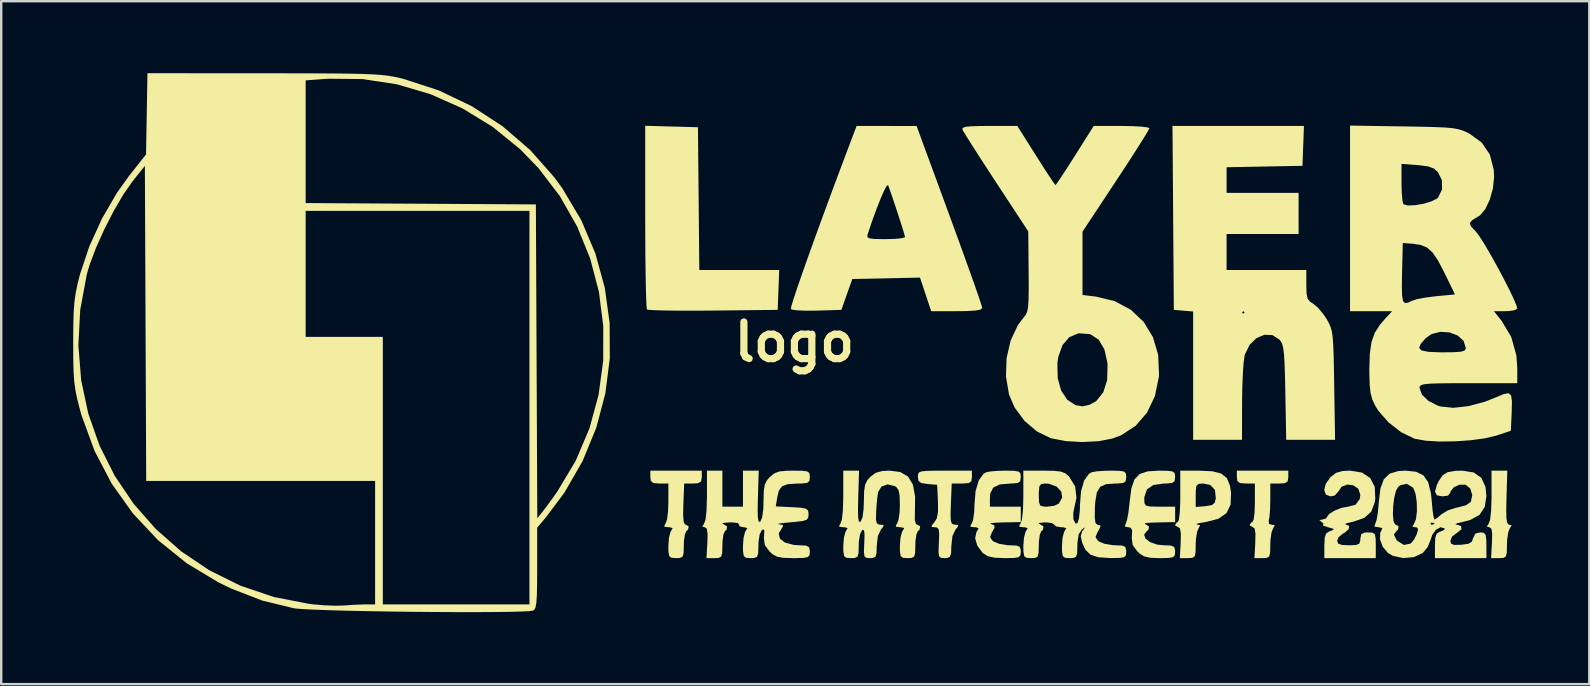
<source format=kicad_pcb>
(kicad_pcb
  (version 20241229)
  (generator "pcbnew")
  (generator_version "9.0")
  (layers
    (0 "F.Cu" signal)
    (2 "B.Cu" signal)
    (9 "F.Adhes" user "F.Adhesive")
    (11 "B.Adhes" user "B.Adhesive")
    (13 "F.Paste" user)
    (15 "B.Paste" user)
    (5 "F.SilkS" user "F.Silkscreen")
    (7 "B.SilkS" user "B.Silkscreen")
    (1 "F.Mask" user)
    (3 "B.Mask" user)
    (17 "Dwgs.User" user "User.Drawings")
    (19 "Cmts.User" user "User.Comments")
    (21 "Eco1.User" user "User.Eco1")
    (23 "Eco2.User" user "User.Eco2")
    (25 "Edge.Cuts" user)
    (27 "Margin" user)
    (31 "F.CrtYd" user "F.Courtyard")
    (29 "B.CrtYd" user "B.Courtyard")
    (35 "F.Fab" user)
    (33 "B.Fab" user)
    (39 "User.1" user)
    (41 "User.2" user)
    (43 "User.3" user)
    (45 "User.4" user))
  (footprint "logo"
    (layer "F.Cu")
    (at 30.047 11.2)
    (property "Reference" "logo" (at 0 0 0) (layer "F.SilkS") (effects (font (size 1.524 1.524) (thickness 0.3))))
    (attr board_only exclude_from_pos_files exclude_from_bom)
    (fp_poly (pts (xy -5.118 -8.979) (xy -4.019 -8.949) (xy -3.99 -5.975) (xy -3.962 -3.001) (xy -0.634 -3.001) (xy -0.665 -2.17) (xy -0.697 -1.34) (xy -3.383 -1.311) (xy -4.121 -1.306) (xy -4.788 -1.307) (xy -5.353 -1.313) (xy -5.787 -1.325) (xy -6.06 -1.34) (xy -6.143 -1.356) (xy -6.16 -1.476) (xy -6.175 -1.786) (xy -6.189 -2.261) (xy -6.2 -2.877) (xy -6.209 -3.607) (xy -6.214 -4.428) (xy -6.216 -5.22) (xy -6.216 -9.01)) (stroke (width 0) (type solid)) (fill yes) (layer "F.SilkS"))
    (fp_poly (pts (xy 29.667 6.484) (xy 29.656 6.998) (xy 29.664 7.333) (xy 29.693 7.522) (xy 29.749 7.601) (xy 29.789 7.61) (xy 29.885 7.64) (xy 29.816 7.738) (xy 29.742 7.913) (xy 29.696 8.219) (xy 29.687 8.435) (xy 29.681 8.764) (xy 29.643 8.932) (xy 29.541 8.994) (xy 29.356 9.003) (xy 29.025 9.003) (xy 29.061 8.359) (xy 29.071 7.989) (xy 29.042 7.789) (xy 28.968 7.719) (xy 28.942 7.716) (xy 28.845 7.686) (xy 28.915 7.588) (xy 28.984 7.404) (xy 29.027 7.025) (xy 29.044 6.469) (xy 29.044 6.409) (xy 29.044 5.359) (xy 29.701 5.359)) (stroke (width 0) (type solid)) (fill yes) (layer "F.SilkS"))
    (fp_poly (pts (xy 20.577 5.627) (xy 20.549 5.808) (xy 20.423 5.882) (xy 20.202 5.895) (xy 19.827 5.895) (xy 19.827 6.582) (xy 19.817 6.969) (xy 19.792 7.284) (xy 19.762 7.44) (xy 19.772 7.58) (xy 19.891 7.609) (xy 20.017 7.637) (xy 19.956 7.738) (xy 19.882 7.913) (xy 19.836 8.219) (xy 19.827 8.435) (xy 19.821 8.764) (xy 19.783 8.932) (xy 19.681 8.994) (xy 19.496 9.003) (xy 19.165 9.003) (xy 19.201 8.359) (xy 19.208 7.971) (xy 19.171 7.766) (xy 19.104 7.716) (xy 18.979 7.649) (xy 18.97 7.609) (xy 19.051 7.505) (xy 19.077 7.502) (xy 19.131 7.402) (xy 19.168 7.132) (xy 19.184 6.736) (xy 19.184 6.698) (xy 19.184 5.895) (xy 18.809 5.895) (xy 18.555 5.874) (xy 18.451 5.784) (xy 18.434 5.627) (xy 18.434 5.359) (xy 20.577 5.359)) (stroke (width 0) (type solid)) (fill yes) (layer "F.SilkS"))
    (fp_poly (pts (xy -3.858 5.627) (xy -3.887 5.809) (xy -4.016 5.883) (xy -4.225 5.895) (xy -4.592 5.895) (xy -4.627 6.752) (xy -4.636 7.21) (xy -4.615 7.483) (xy -4.56 7.6) (xy -4.528 7.61) (xy -4.406 7.676) (xy -4.43 7.812) (xy -4.501 7.877) (xy -4.563 8.015) (xy -4.602 8.29) (xy -4.608 8.473) (xy -4.616 8.788) (xy -4.66 8.944) (xy -4.775 8.997) (xy -4.93 9.003) (xy -5.123 8.99) (xy -5.218 8.915) (xy -5.249 8.72) (xy -5.251 8.488) (xy -5.226 8.157) (xy -5.162 7.909) (xy -5.123 7.845) (xy -5.07 7.749) (xy -5.2 7.717) (xy -5.251 7.716) (xy -5.422 7.695) (xy -5.405 7.614) (xy -5.38 7.588) (xy -5.31 7.409) (xy -5.265 7.067) (xy -5.251 6.677) (xy -5.251 5.895) (xy -5.627 5.895) (xy -5.88 5.874) (xy -5.984 5.784) (xy -6.002 5.627) (xy -6.002 5.359) (xy -3.858 5.359)) (stroke (width 0) (type solid)) (fill yes) (layer "F.SilkS"))
    (fp_poly (pts (xy 7.395 5.627) (xy 7.371 5.8) (xy 7.258 5.877) (xy 6.997 5.894) (xy 6.974 5.895) (xy 6.554 5.895) (xy 6.519 6.752) (xy 6.506 7.179) (xy 6.515 7.435) (xy 6.556 7.563) (xy 6.635 7.606) (xy 6.688 7.61) (xy 6.826 7.624) (xy 6.802 7.705) (xy 6.715 7.805) (xy 6.584 8.083) (xy 6.538 8.502) (xy 6.528 8.806) (xy 6.477 8.953) (xy 6.355 8.999) (xy 6.26 9.003) (xy 6.107 8.992) (xy 6.028 8.926) (xy 6.004 8.755) (xy 6.015 8.429) (xy 6.019 8.359) (xy 6.032 8.001) (xy 6.011 7.807) (xy 5.943 7.728) (xy 5.851 7.716) (xy 5.713 7.703) (xy 5.734 7.625) (xy 5.83 7.514) (xy 5.936 7.335) (xy 5.983 7.064) (xy 5.981 6.644) (xy 5.98 6.63) (xy 5.948 5.948) (xy 5.546 5.915) (xy 5.279 5.873) (xy 5.165 5.776) (xy 5.144 5.62) (xy 5.151 5.504) (xy 5.197 5.428) (xy 5.319 5.385) (xy 5.558 5.365) (xy 5.949 5.359) (xy 6.27 5.359) (xy 7.395 5.359)) (stroke (width 0) (type solid)) (fill yes) (layer "F.SilkS"))
    (fp_poly (pts (xy 17.414 5.385) (xy 17.785 5.48) (xy 18.016 5.668) (xy 18.144 5.974) (xy 18.191 6.284) (xy 18.173 6.774) (xy 18.001 7.128) (xy 17.661 7.364) (xy 17.146 7.497) (xy 16.867 7.544) (xy 16.737 7.581) (xy 16.767 7.596) (xy 16.905 7.633) (xy 16.851 7.734) (xy 16.848 7.738) (xy 16.774 7.913) (xy 16.728 8.219) (xy 16.719 8.435) (xy 16.713 8.764) (xy 16.675 8.932) (xy 16.573 8.994) (xy 16.388 9.003) (xy 16.057 9.003) (xy 16.093 8.359) (xy 16.1 7.971) (xy 16.063 7.766) (xy 15.996 7.716) (xy 15.871 7.649) (xy 15.862 7.609) (xy 15.943 7.505) (xy 15.969 7.502) (xy 16.019 7.4) (xy 16.055 7.115) (xy 16.074 6.678) (xy 16.076 6.43) (xy 16.076 6.383) (xy 16.719 6.383) (xy 16.719 6.872) (xy 17.121 6.839) (xy 17.391 6.795) (xy 17.515 6.69) (xy 17.557 6.504) (xy 17.52 6.16) (xy 17.321 5.953) (xy 17.027 5.895) (xy 16.839 5.909) (xy 16.749 5.992) (xy 16.721 6.201) (xy 16.719 6.383) (xy 16.076 6.383) (xy 16.076 5.359) (xy 16.868 5.359)) (stroke (width 0) (type solid)) (fill yes) (layer "F.SilkS"))
    (fp_poly (pts (xy 21.198 -8.172) (xy 21.167 -7.341) (xy 19.586 -7.312) (xy 18.005 -7.282) (xy 18.005 -6.216) (xy 21.006 -6.216) (xy 21.006 -4.501) (xy 18.005 -4.501) (xy 18.005 -3.001) (xy 21.327 -3.001) (xy 21.327 -2.376) (xy 21.337 -2.015) (xy 21.383 -1.803) (xy 21.487 -1.675) (xy 21.604 -1.603) (xy 21.82 -1.424) (xy 22.058 -1.135) (xy 22.167 -0.968) (xy 22.262 -0.801) (xy 22.333 -0.644) (xy 22.386 -0.464) (xy 22.422 -0.229) (xy 22.447 0.095) (xy 22.465 0.54) (xy 22.478 1.138) (xy 22.489 1.795) (xy 22.525 4.073) (xy 20.49 4.073) (xy 20.453 2.101) (xy 20.438 1.394) (xy 20.42 0.87) (xy 20.396 0.495) (xy 20.363 0.239) (xy 20.316 0.069) (xy 20.253 -0.046) (xy 20.212 -0.096) (xy 19.918 -0.288) (xy 19.583 -0.303) (xy 19.251 -0.163) (xy 18.967 0.113) (xy 18.775 0.504) (xy 18.752 0.589) (xy 18.716 0.854) (xy 18.685 1.28) (xy 18.662 1.812) (xy 18.651 2.398) (xy 18.651 2.545) (xy 18.648 4.073) (xy 16.612 4.073) (xy 16.612 -1.232) (xy 18.648 -1.232) (xy 18.702 -1.179) (xy 18.755 -1.232) (xy 18.702 -1.286) (xy 18.648 -1.232) (xy 16.612 -1.232) (xy 16.612 -1.273) (xy 16.21 -1.306) (xy 15.808 -1.34) (xy 15.752 -9.003) (xy 21.229 -9.003)) (stroke (width 0) (type solid)) (fill yes) (layer "F.SilkS"))
    (fp_poly (pts (xy 3.841 -9.002) (xy 5.091 -9.001) (xy 6.459 -5.277) (xy 6.77 -4.428) (xy 7.056 -3.639) (xy 7.309 -2.935) (xy 7.521 -2.338) (xy 7.683 -1.871) (xy 7.787 -1.558) (xy 7.826 -1.422) (xy 7.826 -1.42) (xy 7.759 -1.354) (xy 7.544 -1.312) (xy 7.157 -1.29) (xy 6.761 -1.286) (xy 5.698 -1.286) (xy 5.465 -1.986) (xy 5.232 -2.685) (xy 2.412 -2.626) (xy 2.184 -1.983) (xy 1.957 -1.34) (xy 0.933 -1.309) (xy 0.487 -1.305) (xy 0.125 -1.32) (xy -0.1 -1.351) (xy -0.149 -1.374) (xy -0.127 -1.495) (xy -0.035 -1.796) (xy 0.118 -2.257) (xy 0.326 -2.86) (xy 0.582 -3.583) (xy 0.869 -4.379) (xy 3.038 -4.379) (xy 3.113 -4.323) (xy 3.314 -4.295) (xy 3.679 -4.287) (xy 3.797 -4.287) (xy 4.184 -4.297) (xy 4.47 -4.325) (xy 4.604 -4.365) (xy 4.608 -4.374) (xy 4.577 -4.5) (xy 4.493 -4.777) (xy 4.374 -5.15) (xy 4.237 -5.568) (xy 4.1 -5.978) (xy 3.979 -6.326) (xy 3.902 -6.538) (xy 3.846 -6.507) (xy 3.736 -6.306) (xy 3.587 -5.966) (xy 3.412 -5.521) (xy 3.224 -5.004) (xy 3.047 -4.474) (xy 3.038 -4.379) (xy 0.869 -4.379) (xy 0.879 -4.407) (xy 1.209 -5.312) (xy 1.566 -6.279) (xy 1.942 -7.286) (xy 2.316 -8.279) (xy 2.591 -9.003)) (stroke (width 0) (type solid)) (fill yes) (layer "F.SilkS"))
    (fp_poly (pts (xy 9.15 5.365) (xy 9.34 5.396) (xy 9.417 5.476) (xy 9.431 5.624) (xy 9.431 5.627) (xy 9.408 5.798) (xy 9.3 5.875) (xy 9.046 5.894) (xy 8.995 5.895) (xy 8.552 5.934) (xy 8.283 6.065) (xy 8.16 6.307) (xy 8.145 6.488) (xy 8.145 6.859) (xy 9.431 6.859) (xy 9.431 7.502) (xy 8.708 7.515) (xy 8.378 7.527) (xy 8.184 7.548) (xy 8.163 7.573) (xy 8.172 7.576) (xy 8.324 7.634) (xy 8.337 7.734) (xy 8.226 7.939) (xy 8.151 8.128) (xy 8.245 8.27) (xy 8.3 8.312) (xy 8.537 8.41) (xy 8.871 8.463) (xy 8.969 8.467) (xy 9.259 8.479) (xy 9.393 8.538) (xy 9.43 8.679) (xy 9.431 8.735) (xy 9.419 8.88) (xy 9.348 8.96) (xy 9.169 8.995) (xy 8.835 9.002) (xy 8.755 9.003) (xy 8.333 8.985) (xy 8.057 8.923) (xy 7.86 8.799) (xy 7.845 8.785) (xy 7.622 8.489) (xy 7.53 8.174) (xy 7.587 7.909) (xy 7.61 7.876) (xy 7.676 7.756) (xy 7.568 7.718) (xy 7.494 7.716) (xy 7.329 7.694) (xy 7.352 7.611) (xy 7.374 7.588) (xy 7.444 7.413) (xy 7.49 7.092) (xy 7.502 6.779) (xy 7.548 6.211) (xy 7.677 5.77) (xy 7.878 5.49) (xy 7.989 5.425) (xy 8.187 5.389) (xy 8.517 5.365) (xy 8.797 5.359)) (stroke (width 0) (type solid)) (fill yes) (layer "F.SilkS"))
    (fp_poly (pts (xy 15.552 5.364) (xy 15.755 5.392) (xy 15.842 5.462) (xy 15.861 5.594) (xy 15.862 5.627) (xy 15.841 5.793) (xy 15.741 5.871) (xy 15.504 5.894) (xy 15.387 5.895) (xy 14.952 5.955) (xy 14.686 6.141) (xy 14.579 6.462) (xy 14.576 6.545) (xy 14.585 6.719) (xy 14.645 6.813) (xy 14.808 6.851) (xy 15.124 6.859) (xy 15.219 6.859) (xy 15.862 6.859) (xy 15.862 7.502) (xy 15.138 7.515) (xy 14.809 7.527) (xy 14.615 7.548) (xy 14.593 7.573) (xy 14.602 7.576) (xy 14.771 7.68) (xy 14.75 7.821) (xy 14.683 7.877) (xy 14.568 8.026) (xy 14.627 8.19) (xy 14.822 8.338) (xy 15.117 8.44) (xy 15.387 8.467) (xy 15.682 8.478) (xy 15.82 8.535) (xy 15.86 8.668) (xy 15.862 8.735) (xy 15.848 8.883) (xy 15.774 8.963) (xy 15.59 8.996) (xy 15.245 9.003) (xy 15.214 9.003) (xy 14.823 8.988) (xy 14.569 8.93) (xy 14.374 8.806) (xy 14.292 8.728) (xy 14.096 8.465) (xy 14.053 8.172) (xy 14.061 8.085) (xy 14.07 7.834) (xy 14.001 7.731) (xy 13.898 7.716) (xy 13.76 7.682) (xy 13.798 7.582) (xy 13.858 7.415) (xy 13.917 7.099) (xy 13.963 6.699) (xy 13.967 6.657) (xy 14.038 6.102) (xy 14.166 5.727) (xy 14.383 5.499) (xy 14.719 5.388) (xy 15.184 5.359)) (stroke (width 0) (type solid)) (fill yes) (layer "F.SilkS"))
    (fp_poly (pts (xy 23.642 5.437) (xy 23.989 5.665) (xy 24.178 6.033) (xy 24.201 6.531) (xy 24.177 6.684) (xy 24.031 7.068) (xy 23.745 7.326) (xy 23.289 7.484) (xy 23.245 7.493) (xy 23.009 7.549) (xy 22.932 7.588) (xy 22.971 7.598) (xy 23.113 7.662) (xy 23.094 7.794) (xy 22.929 7.941) (xy 22.848 7.983) (xy 22.665 8.137) (xy 22.614 8.278) (xy 22.655 8.398) (xy 22.815 8.454) (xy 23.096 8.467) (xy 23.393 8.456) (xy 23.534 8.401) (xy 23.576 8.271) (xy 23.578 8.199) (xy 23.613 8.007) (xy 23.76 7.937) (xy 23.9 7.931) (xy 24.09 7.943) (xy 24.185 8.014) (xy 24.217 8.202) (xy 24.221 8.467) (xy 24.221 9.003) (xy 22.078 9.003) (xy 22.078 8.479) (xy 22.092 8.154) (xy 22.152 7.979) (xy 22.284 7.89) (xy 22.319 7.878) (xy 22.469 7.82) (xy 22.442 7.776) (xy 22.238 7.718) (xy 22.049 7.658) (xy 22.016 7.622) (xy 22.024 7.62) (xy 22.043 7.564) (xy 21.97 7.502) (xy 21.872 7.419) (xy 21.973 7.397) (xy 21.997 7.397) (xy 22.156 7.346) (xy 22.185 7.291) (xy 22.277 7.164) (xy 22.501 7.026) (xy 22.784 6.912) (xy 23.048 6.86) (xy 23.069 6.859) (xy 23.383 6.775) (xy 23.554 6.538) (xy 23.578 6.359) (xy 23.493 6.113) (xy 23.286 5.969) (xy 23.03 5.938) (xy 22.795 6.03) (xy 22.665 6.222) (xy 22.509 6.396) (xy 22.338 6.43) (xy 22.139 6.355) (xy 22.073 6.161) (xy 22.138 5.902) (xy 22.337 5.626) (xy 22.341 5.622) (xy 22.565 5.451) (xy 22.841 5.373) (xy 23.144 5.359)) (stroke (width 0) (type solid)) (fill yes) (layer "F.SilkS"))
    (fp_poly (pts (xy 10.065 -7.77) (xy 10.351 -7.32) (xy 10.595 -6.944) (xy 10.775 -6.675) (xy 10.87 -6.544) (xy 10.878 -6.538) (xy 10.945 -6.623) (xy 11.103 -6.857) (xy 11.332 -7.207) (xy 11.608 -7.639) (xy 11.691 -7.77) (xy 12.469 -9.003) (xy 13.629 -9.003) (xy 14.099 -8.994) (xy 14.477 -8.972) (xy 14.721 -8.94) (xy 14.79 -8.908) (xy 14.733 -8.796) (xy 14.574 -8.531) (xy 14.328 -8.14) (xy 14.013 -7.649) (xy 13.645 -7.084) (xy 13.397 -6.706) (xy 12.003 -4.599) (xy 12.003 -1.959) (xy 12.56 -1.893) (xy 13.348 -1.703) (xy 14.017 -1.344) (xy 14.552 -0.839) (xy 14.936 -0.205) (xy 15.155 0.535) (xy 15.191 1.363) (xy 15.183 1.458) (xy 15.019 2.255) (xy 14.692 2.938) (xy 14.22 3.487) (xy 13.617 3.882) (xy 13.248 4.021) (xy 12.665 4.132) (xy 11.981 4.166) (xy 11.293 4.126) (xy 10.7 4.011) (xy 10.679 4.005) (xy 10.104 3.726) (xy 9.587 3.285) (xy 9.177 2.732) (xy 8.941 2.187) (xy 8.814 1.44) (xy 8.832 0.895) (xy 10.955 0.895) (xy 10.97 1.506) (xy 11.111 2.017) (xy 11.362 2.4) (xy 11.706 2.628) (xy 12.003 2.679) (xy 12.299 2.613) (xy 12.571 2.463) (xy 12.867 2.097) (xy 13.029 1.584) (xy 13.047 0.95) (xy 13.041 0.875) (xy 12.915 0.305) (xy 12.678 -0.097) (xy 12.336 -0.32) (xy 12.291 -0.333) (xy 11.834 -0.364) (xy 11.454 -0.204) (xy 11.168 0.129) (xy 10.993 0.621) (xy 10.955 0.895) (xy 8.832 0.895) (xy 8.84 0.672) (xy 9.009 -0.063) (xy 9.312 -0.707) (xy 9.561 -1.036) (xy 9.642 -1.141) (xy 9.699 -1.274) (xy 9.735 -1.471) (xy 9.755 -1.768) (xy 9.762 -2.201) (xy 9.759 -2.806) (xy 9.758 -2.939) (xy 9.743 -4.609) (xy 8.402 -6.653) (xy 8.014 -7.248) (xy 7.664 -7.787) (xy 7.372 -8.245) (xy 7.153 -8.593) (xy 7.026 -8.804) (xy 7.002 -8.85) (xy 7.009 -8.918) (xy 7.114 -8.963) (xy 7.349 -8.989) (xy 7.745 -9.001) (xy 8.115 -9.003) (xy 9.287 -9.003)) (stroke (width 0) (type solid)) (fill yes) (layer "F.SilkS"))
    (fp_poly (pts (xy 2.659 6.475) (xy 2.649 6.982) (xy 2.656 7.303) (xy 2.684 7.465) (xy 2.736 7.496) (xy 2.76 7.48) (xy 2.839 7.302) (xy 2.884 6.945) (xy 2.894 6.627) (xy 2.904 6.213) (xy 2.946 5.946) (xy 3.037 5.758) (xy 3.157 5.622) (xy 3.381 5.451) (xy 3.657 5.373) (xy 3.961 5.359) (xy 4.415 5.418) (xy 4.738 5.608) (xy 4.939 5.945) (xy 5.029 6.444) (xy 5.021 7.067) (xy 5.016 7.42) (xy 5.067 7.588) (xy 5.118 7.609) (xy 5.239 7.676) (xy 5.216 7.812) (xy 5.144 7.877) (xy 5.082 8.015) (xy 5.043 8.29) (xy 5.037 8.473) (xy 5.03 8.788) (xy 4.986 8.944) (xy 4.871 8.997) (xy 4.716 9.003) (xy 4.522 8.99) (xy 4.428 8.915) (xy 4.397 8.72) (xy 4.394 8.488) (xy 4.419 8.157) (xy 4.484 7.909) (xy 4.523 7.845) (xy 4.575 7.749) (xy 4.446 7.717) (xy 4.394 7.716) (xy 4.224 7.695) (xy 4.241 7.614) (xy 4.265 7.588) (xy 4.336 7.414) (xy 4.382 7.094) (xy 4.394 6.788) (xy 4.383 6.403) (xy 4.34 6.175) (xy 4.248 6.046) (xy 4.176 6) (xy 3.879 5.931) (xy 3.626 6.024) (xy 3.487 6.25) (xy 3.452 6.492) (xy 3.42 6.846) (xy 3.407 7.047) (xy 3.398 7.377) (xy 3.43 7.546) (xy 3.518 7.605) (xy 3.58 7.609) (xy 3.718 7.624) (xy 3.694 7.705) (xy 3.607 7.805) (xy 3.476 8.083) (xy 3.43 8.502) (xy 3.42 8.806) (xy 3.369 8.953) (xy 3.247 8.999) (xy 3.152 9.003) (xy 2.998 8.992) (xy 2.919 8.925) (xy 2.896 8.752) (xy 2.908 8.423) (xy 2.911 8.368) (xy 2.922 8.017) (xy 2.901 7.846) (xy 2.84 7.827) (xy 2.813 7.845) (xy 2.734 8.012) (xy 2.686 8.308) (xy 2.679 8.48) (xy 2.672 8.792) (xy 2.626 8.946) (xy 2.508 8.997) (xy 2.358 9.003) (xy 2.165 8.99) (xy 2.07 8.915) (xy 2.039 8.72) (xy 2.036 8.488) (xy 2.062 8.157) (xy 2.126 7.909) (xy 2.165 7.845) (xy 2.218 7.749) (xy 2.088 7.717) (xy 2.036 7.716) (xy 1.866 7.695) (xy 1.883 7.614) (xy 1.908 7.588) (xy 1.976 7.404) (xy 2.019 7.025) (xy 2.036 6.469) (xy 2.036 6.409) (xy 2.036 5.359) (xy 2.693 5.359)) (stroke (width 0) (type solid)) (fill yes) (layer "F.SilkS"))
    (fp_poly (pts (xy -3.001 6.859) (xy -2.143 6.859) (xy -2.143 5.359) (xy -1.487 5.359) (xy -1.52 6.475) (xy -1.531 6.982) (xy -1.523 7.303) (xy -1.495 7.465) (xy -1.444 7.496) (xy -1.42 7.48) (xy -1.341 7.302) (xy -1.295 6.945) (xy -1.286 6.627) (xy -1.276 6.213) (xy -1.234 5.946) (xy -1.143 5.758) (xy -1.023 5.622) (xy -0.844 5.474) (xy -0.636 5.394) (xy -0.328 5.363) (xy -0.058 5.359) (xy 0.318 5.363) (xy 0.528 5.389) (xy 0.62 5.456) (xy 0.643 5.58) (xy 0.643 5.627) (xy 0.624 5.789) (xy 0.531 5.868) (xy 0.306 5.894) (xy 0.134 5.896) (xy -0.273 5.92) (xy -0.517 6.01) (xy -0.651 6.2) (xy -0.714 6.46) (xy -0.776 6.848) (xy -0.094 6.88) (xy 0.277 6.903) (xy 0.481 6.943) (xy 0.569 7.019) (xy 0.589 7.155) (xy 0.589 7.181) (xy 0.576 7.322) (xy 0.504 7.408) (xy 0.327 7.459) (xy -0.002 7.497) (xy -0.161 7.51) (xy -0.486 7.542) (xy -0.667 7.569) (xy -0.671 7.588) (xy -0.648 7.59) (xy -0.474 7.626) (xy -0.489 7.711) (xy -0.514 7.738) (xy -0.655 7.977) (xy -0.604 8.192) (xy -0.386 8.358) (xy -0.023 8.453) (xy 0.207 8.467) (xy 0.486 8.481) (xy 0.612 8.548) (xy 0.643 8.704) (xy 0.643 8.735) (xy 0.631 8.878) (xy 0.562 8.958) (xy 0.389 8.994) (xy 0.063 9.002) (xy -0.058 9.003) (xy -0.461 8.991) (xy -0.721 8.944) (xy -0.91 8.84) (xy -1.034 8.728) (xy -1.231 8.463) (xy -1.273 8.168) (xy -1.266 8.091) (xy -1.253 7.858) (xy -1.299 7.803) (xy -1.362 7.842) (xy -1.447 8.016) (xy -1.495 8.325) (xy -1.5 8.48) (xy -1.508 8.792) (xy -1.553 8.946) (xy -1.671 8.997) (xy -1.822 9.003) (xy -2.015 8.99) (xy -2.11 8.915) (xy -2.141 8.72) (xy -2.143 8.488) (xy -2.118 8.157) (xy -2.054 7.909) (xy -2.015 7.845) (xy -1.96 7.748) (xy -2.091 7.717) (xy -2.128 7.716) (xy -2.29 7.678) (xy -2.304 7.609) (xy -2.353 7.542) (xy -2.585 7.514) (xy -2.7 7.515) (xy -2.935 7.531) (xy -3.01 7.559) (xy -2.974 7.576) (xy -2.806 7.68) (xy -2.826 7.821) (xy -2.894 7.877) (xy -2.956 8.015) (xy -2.995 8.29) (xy -3.001 8.473) (xy -3.008 8.788) (xy -3.052 8.944) (xy -3.168 8.997) (xy -3.332 9.003) (xy -3.663 9.003) (xy -3.627 8.359) (xy -3.617 7.989) (xy -3.645 7.789) (xy -3.72 7.719) (xy -3.746 7.716) (xy -3.842 7.686) (xy -3.772 7.588) (xy -3.704 7.404) (xy -3.661 7.025) (xy -3.644 6.469) (xy -3.644 6.409) (xy -3.644 5.359) (xy -3.001 5.359)) (stroke (width 0) (type solid)) (fill yes) (layer "F.SilkS"))
    (fp_poly (pts (xy 10.817 5.366) (xy 11.1 5.398) (xy 11.285 5.467) (xy 11.428 5.587) (xy 11.441 5.6) (xy 11.697 6.018) (xy 11.75 6.496) (xy 11.684 6.798) (xy 11.618 7.11) (xy 11.622 7.372) (xy 11.628 7.395) (xy 11.714 7.564) (xy 11.794 7.541) (xy 11.856 7.347) (xy 11.892 7.006) (xy 11.896 6.794) (xy 11.942 6.216) (xy 12.07 5.771) (xy 12.272 5.49) (xy 12.383 5.425) (xy 12.581 5.389) (xy 12.911 5.365) (xy 13.191 5.359) (xy 13.544 5.365) (xy 13.734 5.396) (xy 13.811 5.476) (xy 13.825 5.624) (xy 13.825 5.627) (xy 13.804 5.795) (xy 13.702 5.872) (xy 13.459 5.894) (xy 13.364 5.895) (xy 12.983 5.923) (xy 12.74 6.033) (xy 12.601 6.263) (xy 12.535 6.65) (xy 12.52 6.886) (xy 12.513 7.302) (xy 12.543 7.534) (xy 12.615 7.609) (xy 12.62 7.61) (xy 12.744 7.644) (xy 12.754 7.664) (xy 12.704 7.788) (xy 12.62 7.939) (xy 12.545 8.128) (xy 12.639 8.27) (xy 12.694 8.312) (xy 12.931 8.41) (xy 13.265 8.463) (xy 13.364 8.467) (xy 13.653 8.479) (xy 13.787 8.538) (xy 13.824 8.679) (xy 13.825 8.735) (xy 13.813 8.881) (xy 13.742 8.961) (xy 13.563 8.994) (xy 13.227 8.999) (xy 13.155 8.999) (xy 12.666 8.967) (xy 12.338 8.861) (xy 12.123 8.653) (xy 11.992 8.372) (xy 11.928 8.09) (xy 11.988 7.892) (xy 12.019 7.848) (xy 12.11 7.723) (xy 12.053 7.751) (xy 11.977 7.81) (xy 11.844 8.008) (xy 11.791 8.356) (xy 11.789 8.48) (xy 11.782 8.792) (xy 11.736 8.946) (xy 11.618 8.997) (xy 11.468 9.003) (xy 11.274 8.99) (xy 11.18 8.915) (xy 11.149 8.72) (xy 11.146 8.488) (xy 11.171 8.157) (xy 11.236 7.909) (xy 11.275 7.845) (xy 11.324 7.752) (xy 11.195 7.718) (xy 11.114 7.716) (xy 10.902 7.682) (xy 10.824 7.609) (xy 10.73 7.543) (xy 10.496 7.514) (xy 10.423 7.515) (xy 10.215 7.533) (xy 10.175 7.564) (xy 10.208 7.576) (xy 10.376 7.68) (xy 10.356 7.821) (xy 10.289 7.877) (xy 10.226 8.015) (xy 10.188 8.29) (xy 10.181 8.473) (xy 10.174 8.788) (xy 10.13 8.944) (xy 10.015 8.997) (xy 9.86 9.003) (xy 9.667 8.99) (xy 9.572 8.915) (xy 9.541 8.72) (xy 9.538 8.488) (xy 9.564 8.157) (xy 9.628 7.909) (xy 9.667 7.845) (xy 9.72 7.749) (xy 9.59 7.717) (xy 9.538 7.716) (xy 9.368 7.695) (xy 9.385 7.614) (xy 9.41 7.588) (xy 9.478 7.404) (xy 9.522 7.025) (xy 9.538 6.469) (xy 9.538 6.409) (xy 9.538 6.377) (xy 10.181 6.377) (xy 10.19 6.673) (xy 10.244 6.814) (xy 10.386 6.856) (xy 10.535 6.859) (xy 10.819 6.822) (xy 11.014 6.733) (xy 11.017 6.73) (xy 11.157 6.477) (xy 11.116 6.226) (xy 10.923 6.021) (xy 10.608 5.906) (xy 10.456 5.895) (xy 10.287 5.914) (xy 10.207 6.009) (xy 10.183 6.238) (xy 10.181 6.377) (xy 9.538 6.377) (xy 9.538 5.359) (xy 10.377 5.359)) (stroke (width 0) (type solid)) (fill yes) (layer "F.SilkS"))
    (fp_poly (pts (xy 28.298 5.433) (xy 28.619 5.658) (xy 28.793 6.039) (xy 28.83 6.407) (xy 28.761 6.871) (xy 28.543 7.2) (xy 28.156 7.414) (xy 27.855 7.493) (xy 27.616 7.549) (xy 27.531 7.588) (xy 27.564 7.598) (xy 27.772 7.666) (xy 27.793 7.796) (xy 27.621 7.939) (xy 27.603 7.948) (xy 27.398 8.108) (xy 27.329 8.276) (xy 27.361 8.403) (xy 27.493 8.453) (xy 27.781 8.446) (xy 27.785 8.446) (xy 28.082 8.405) (xy 28.226 8.316) (xy 28.274 8.172) (xy 28.37 7.979) (xy 28.569 7.931) (xy 28.724 7.949) (xy 28.801 8.041) (xy 28.827 8.261) (xy 28.83 8.467) (xy 28.83 9.003) (xy 26.686 9.003) (xy 26.686 8.479) (xy 26.7 8.156) (xy 26.758 7.985) (xy 26.885 7.905) (xy 26.923 7.894) (xy 27.079 7.822) (xy 27.091 7.765) (xy 26.92 7.715) (xy 26.727 7.821) (xy 26.57 8.04) (xy 26.517 8.207) (xy 26.385 8.539) (xy 26.177 8.79) (xy 25.807 8.961) (xy 25.363 9) (xy 24.937 8.908) (xy 24.731 8.791) (xy 24.514 8.535) (xy 24.398 8.227) (xy 24.406 7.949) (xy 24.458 7.85) (xy 24.493 7.748) (xy 24.343 7.717) (xy 24.328 7.716) (xy 24.166 7.688) (xy 24.191 7.588) (xy 24.196 7.582) (xy 24.255 7.414) (xy 24.298 7.164) (xy 24.934 7.164) (xy 24.957 7.443) (xy 25.019 7.597) (xy 25.052 7.61) (xy 25.174 7.676) (xy 25.15 7.812) (xy 25.078 7.877) (xy 24.977 8.025) (xy 25.076 8.23) (xy 25.14 8.298) (xy 25.395 8.454) (xy 25.658 8.401) (xy 25.688 8.382) (xy 25.817 8.229) (xy 25.927 8.009) (xy 25.986 7.8) (xy 25.934 7.724) (xy 25.858 7.716) (xy 25.742 7.687) (xy 25.807 7.588) (xy 25.829 7.538) (xy 26.507 7.538) (xy 26.522 7.602) (xy 26.579 7.609) (xy 26.667 7.57) (xy 26.65 7.538) (xy 26.523 7.525) (xy 26.507 7.538) (xy 25.829 7.538) (xy 25.895 7.385) (xy 25.935 7.053) (xy 25.929 6.673) (xy 25.879 6.325) (xy 25.788 6.088) (xy 25.767 6.063) (xy 25.518 5.908) (xy 25.26 5.961) (xy 25.16 6.028) (xy 25.065 6.191) (xy 24.992 6.476) (xy 24.948 6.821) (xy 24.934 7.164) (xy 24.298 7.164) (xy 24.309 7.098) (xy 24.345 6.701) (xy 24.346 6.677) (xy 24.413 6.108) (xy 24.556 5.719) (xy 24.798 5.484) (xy 25.162 5.375) (xy 25.454 5.359) (xy 25.897 5.403) (xy 26.206 5.555) (xy 26.405 5.843) (xy 26.518 6.295) (xy 26.554 6.64) (xy 26.588 7.011) (xy 26.627 7.28) (xy 26.664 7.394) (xy 26.667 7.395) (xy 26.779 7.329) (xy 26.963 7.172) (xy 27.225 7.012) (xy 27.571 6.902) (xy 27.644 6.889) (xy 27.97 6.804) (xy 28.17 6.67) (xy 28.185 6.647) (xy 28.241 6.37) (xy 28.158 6.105) (xy 27.965 5.946) (xy 27.714 5.943) (xy 27.475 6.049) (xy 27.338 6.219) (xy 27.329 6.273) (xy 27.233 6.397) (xy 27.008 6.43) (xy 26.769 6.386) (xy 26.689 6.237) (xy 26.763 5.962) (xy 26.843 5.795) (xy 27.003 5.556) (xy 27.213 5.423) (xy 27.536 5.366) (xy 27.825 5.359)) (stroke (width 0) (type solid)) (fill yes) (layer "F.SilkS"))
    (fp_poly (pts (xy 25.377 -8.983) (xy 26.126 -8.971) (xy 26.696 -8.956) (xy 27.119 -8.937) (xy 27.43 -8.908) (xy 27.662 -8.867) (xy 27.85 -8.808) (xy 28.028 -8.73) (xy 28.129 -8.678) (xy 28.637 -8.309) (xy 28.972 -7.812) (xy 29.134 -7.188) (xy 29.151 -6.876) (xy 29.102 -6.402) (xy 28.971 -5.934) (xy 28.784 -5.539) (xy 28.566 -5.28) (xy 28.524 -5.253) (xy 28.243 -5.082) (xy 28.136 -4.956) (xy 28.19 -4.815) (xy 28.39 -4.603) (xy 28.535 -4.413) (xy 28.744 -4.085) (xy 28.995 -3.659) (xy 29.264 -3.177) (xy 29.53 -2.68) (xy 29.77 -2.211) (xy 29.962 -1.81) (xy 30.084 -1.519) (xy 30.116 -1.395) (xy 30.02 -1.33) (xy 29.777 -1.291) (xy 29.628 -1.286) (xy 29.141 -1.286) (xy 29.463 -0.884) (xy 29.863 -0.216) (xy 30.078 0.553) (xy 30.116 1.085) (xy 30.116 1.715) (xy 28.079 1.715) (xy 27.37 1.716) (xy 26.848 1.722) (xy 26.483 1.734) (xy 26.248 1.757) (xy 26.116 1.791) (xy 26.057 1.841) (xy 26.043 1.909) (xy 26.043 1.909) (xy 26.142 2.188) (xy 26.407 2.447) (xy 26.792 2.645) (xy 26.922 2.685) (xy 27.448 2.741) (xy 28.085 2.67) (xy 28.777 2.483) (xy 29.236 2.3) (xy 29.554 2.166) (xy 29.753 2.132) (xy 29.859 2.224) (xy 29.894 2.469) (xy 29.885 2.895) (xy 29.88 3.012) (xy 29.848 3.697) (xy 29.258 3.894) (xy 28.78 4.009) (xy 28.181 4.091) (xy 27.525 4.137) (xy 26.877 4.145) (xy 26.302 4.111) (xy 25.864 4.034) (xy 25.825 4.022) (xy 25.28 3.758) (xy 24.755 3.35) (xy 24.328 2.863) (xy 24.191 2.641) (xy 24.076 2.392) (xy 24.005 2.127) (xy 23.967 1.785) (xy 23.954 1.307) (xy 23.953 1.125) (xy 23.972 0.488) (xy 24.006 0.247) (xy 26.029 0.247) (xy 26.132 0.353) (xy 26.416 0.409) (xy 26.895 0.428) (xy 27.008 0.429) (xy 27.471 0.424) (xy 27.759 0.404) (xy 27.912 0.362) (xy 27.968 0.29) (xy 27.972 0.248) (xy 27.879 -0.049) (xy 27.636 -0.27) (xy 27.297 -0.4) (xy 26.918 -0.426) (xy 26.553 -0.335) (xy 26.306 -0.166) (xy 26.092 0.078) (xy 26.029 0.247) (xy 24.006 0.247) (xy 24.041 0.006) (xy 24.178 -0.382) (xy 24.403 -0.731) (xy 24.628 -0.991) (xy 24.904 -1.286) (xy 23.149 -1.286) (xy 23.149 -2.304) (xy 25.307 -2.304) (xy 25.317 -1.928) (xy 25.356 -1.711) (xy 25.436 -1.624) (xy 25.565 -1.64) (xy 25.731 -1.72) (xy 25.939 -1.786) (xy 26.288 -1.852) (xy 26.705 -1.905) (xy 26.731 -1.908) (xy 27.521 -1.983) (xy 27.086 -2.876) (xy 26.82 -3.386) (xy 26.589 -3.728) (xy 26.356 -3.937) (xy 26.081 -4.048) (xy 25.775 -4.093) (xy 25.346 -4.126) (xy 25.316 -2.867) (xy 25.307 -2.304) (xy 23.149 -2.304) (xy 23.149 -6.622) (xy 25.293 -6.622) (xy 25.303 -6.225) (xy 25.33 -5.915) (xy 25.367 -5.75) (xy 25.373 -5.743) (xy 25.551 -5.689) (xy 25.855 -5.7) (xy 26.21 -5.762) (xy 26.543 -5.861) (xy 26.779 -5.982) (xy 26.82 -6.02) (xy 26.983 -6.362) (xy 26.973 -6.749) (xy 26.809 -7.08) (xy 26.64 -7.23) (xy 26.394 -7.319) (xy 26.006 -7.369) (xy 25.952 -7.373) (xy 25.293 -7.421) (xy 25.293 -6.622) (xy 23.149 -6.622) (xy 23.149 -9.018)) (stroke (width 0) (type solid)) (fill yes) (layer "F.SilkS"))
    (fp_poly (pts (xy -22.078 -11.197) (xy -20.921 -11.196) (xy -19.956 -11.193) (xy -19.161 -11.189) (xy -18.515 -11.181) (xy -17.995 -11.169) (xy -17.58 -11.152) (xy -17.246 -11.13) (xy -16.973 -11.101) (xy -16.738 -11.064) (xy -16.519 -11.019) (xy -16.294 -10.965) (xy -16.29 -10.964) (xy -14.819 -10.485) (xy -13.434 -9.822) (xy -12.156 -8.988) (xy -11.005 -7.996) (xy -10.002 -6.861) (xy -9.67 -6.405) (xy -8.883 -5.081) (xy -8.293 -3.692) (xy -7.899 -2.256) (xy -7.698 -0.793) (xy -7.691 0.679) (xy -7.877 2.14) (xy -8.255 3.572) (xy -8.823 4.956) (xy -9.581 6.273) (xy -10.328 7.271) (xy -10.717 7.737) (xy -10.717 9.43) (xy -10.72 10.079) (xy -10.73 10.544) (xy -10.75 10.857) (xy -10.784 11.05) (xy -10.834 11.151) (xy -10.889 11.189) (xy -11.058 11.212) (xy -11.414 11.229) (xy -11.93 11.242) (xy -12.579 11.249) (xy -13.335 11.253) (xy -14.169 11.252) (xy -15.056 11.247) (xy -15.968 11.239) (xy -16.877 11.227) (xy -17.758 11.212) (xy -18.583 11.195) (xy -19.324 11.175) (xy -19.956 11.152) (xy -20.45 11.128) (xy -20.78 11.102) (xy -20.863 11.09) (xy -22.169 10.772) (xy -23.46 10.273) (xy -24.007 10.008) (xy -25.33 9.209) (xy -26.517 8.251) (xy -27.557 7.144) (xy -28.441 5.903) (xy -29.157 4.538) (xy -29.697 3.062) (xy -29.769 2.809) (xy -29.877 2.386) (xy -29.954 2.016) (xy -30.004 1.644) (xy -30.032 1.217) (xy -30.045 0.681) (xy -30.047 0.141) (xy -29.832 0.141) (xy -29.716 1.588) (xy -29.418 2.986) (xy -28.948 4.319) (xy -28.316 5.575) (xy -27.532 6.736) (xy -26.606 7.79) (xy -25.549 8.72) (xy -24.371 9.512) (xy -23.081 10.151) (xy -21.691 10.622) (xy -20.21 10.91) (xy -20.056 10.929) (xy -19.581 10.969) (xy -19.12 10.986) (xy -18.771 10.977) (xy -18.767 10.976) (xy -18.355 10.947) (xy -17.946 10.932) (xy -17.883 10.932) (xy -17.469 10.932) (xy -17.469 5.787) (xy -27.006 5.787) (xy -27.053 -5.466) (xy -20.363 -5.466) (xy -20.363 -0.214) (xy -17.148 -0.214) (xy -17.148 10.932) (xy -11.039 10.932) (xy -11.039 -5.466) (xy -20.363 -5.466) (xy -27.053 -5.466) (xy -27.061 -7.341) (xy -27.573 -6.698) (xy -27.954 -6.154) (xy -28.356 -5.468) (xy -28.746 -4.707) (xy -29.092 -3.937) (xy -29.362 -3.224) (xy -29.476 -2.84) (xy -29.755 -1.34) (xy -29.832 0.141) (xy -30.047 0.141) (xy -30.047 0) (xy -30.043 -0.697) (xy -30.028 -1.234) (xy -29.996 -1.666) (xy -29.943 -2.047) (xy -29.863 -2.432) (xy -29.759 -2.84) (xy -29.376 -3.984) (xy -28.85 -5.139) (xy -28.22 -6.225) (xy -27.71 -6.936) (xy -27.013 -7.816) (xy -26.959 -10.901) (xy -20.363 -10.901) (xy -20.363 -5.79) (xy -15.567 -5.762) (xy -10.771 -5.734) (xy -10.741 0.804) (xy -10.712 7.341) (xy -10.496 7.073) (xy -10.319 6.842) (xy -10.08 6.513) (xy -9.87 6.216) (xy -9.106 4.937) (xy -8.536 3.589) (xy -8.157 2.194) (xy -7.966 0.77) (xy -7.963 -0.663) (xy -8.143 -2.083) (xy -8.507 -3.473) (xy -9.05 -4.81) (xy -9.771 -6.077) (xy -10.669 -7.252) (xy -11.423 -8.03) (xy -12.57 -8.964) (xy -13.827 -9.733) (xy -15.167 -10.328) (xy -16.566 -10.739) (xy -17.995 -10.956) (xy -19.43 -10.971) (xy -19.55 -10.962) (xy -20.363 -10.901) (xy -26.959 -10.901) (xy -26.954 -11.2)) (stroke (width 0) (type solid)) (fill yes) (layer "F.SilkS")))
  (gr_rect
    (start -3 -3)
    (end 63.163 25.452)
    (stroke (width 0.1) (type default))
    (fill no)
    (layer "Edge.Cuts")))
</source>
